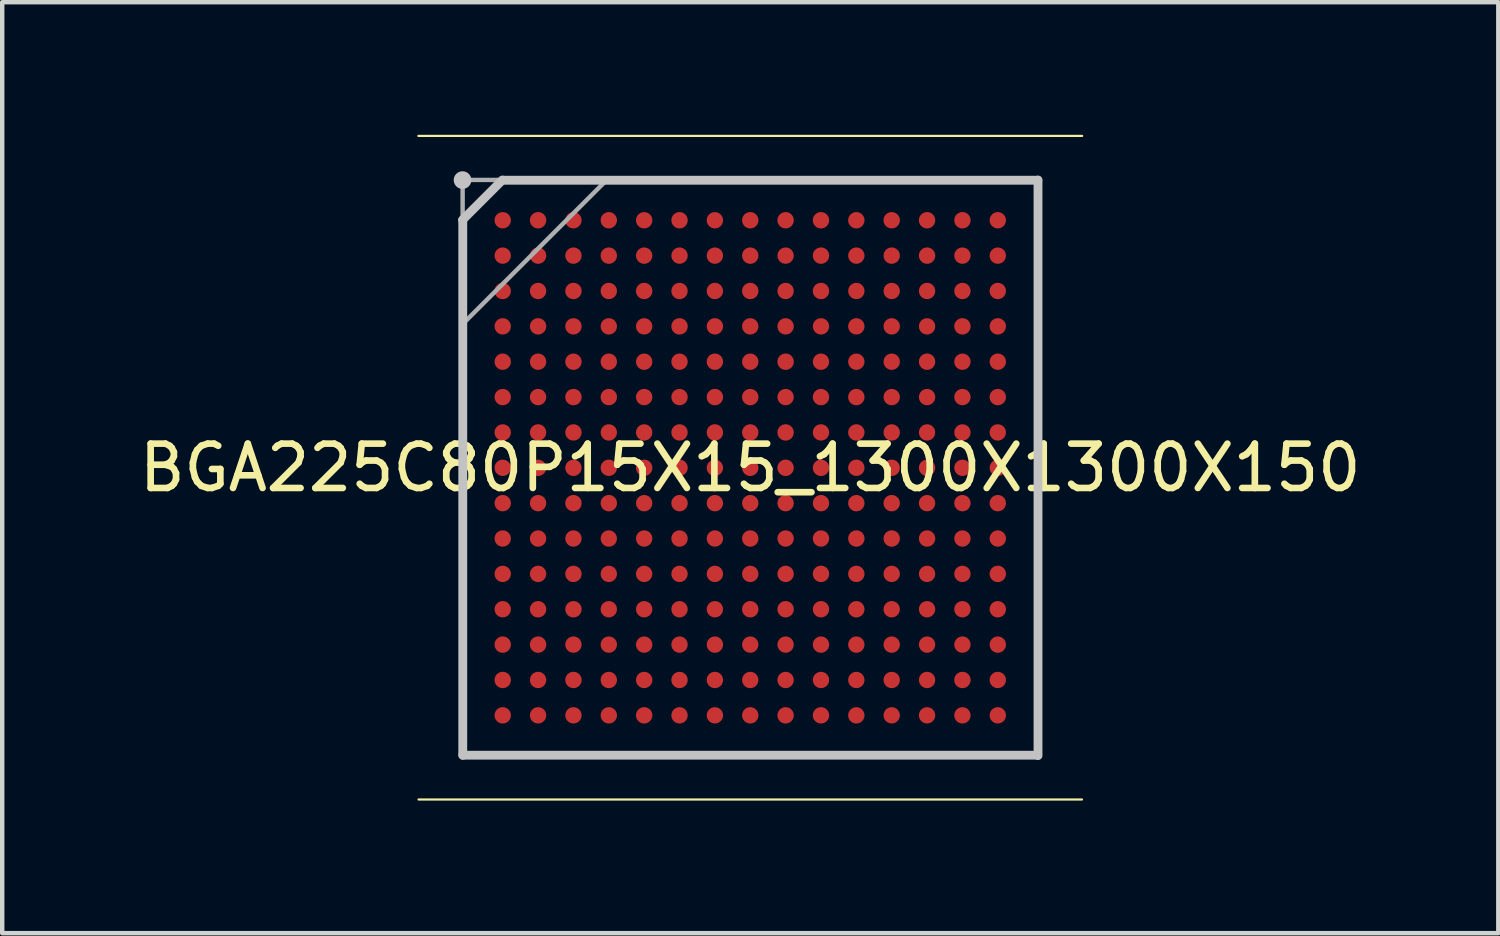
<source format=kicad_pcb>
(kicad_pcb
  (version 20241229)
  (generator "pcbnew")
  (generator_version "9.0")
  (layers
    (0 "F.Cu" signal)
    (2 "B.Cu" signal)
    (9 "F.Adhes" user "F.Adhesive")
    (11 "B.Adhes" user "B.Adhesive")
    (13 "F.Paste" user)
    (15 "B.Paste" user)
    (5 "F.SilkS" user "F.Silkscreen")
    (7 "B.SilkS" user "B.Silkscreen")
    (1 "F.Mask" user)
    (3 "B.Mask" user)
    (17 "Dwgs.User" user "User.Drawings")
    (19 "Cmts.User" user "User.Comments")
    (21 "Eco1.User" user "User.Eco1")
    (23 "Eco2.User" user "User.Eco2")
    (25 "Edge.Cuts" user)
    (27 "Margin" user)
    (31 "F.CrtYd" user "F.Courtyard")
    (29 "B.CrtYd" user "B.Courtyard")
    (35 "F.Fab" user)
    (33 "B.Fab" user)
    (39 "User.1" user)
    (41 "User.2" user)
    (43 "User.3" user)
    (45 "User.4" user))
  (footprint "BGA225C80P15X15_1300X1300X150"
    (layer "F.Cu")
    (at 13.923 7.533)
    (property "Reference" "BGA225C80P15X15_1300X1300X150" (at 0 0 0) (layer "F.SilkS") (effects (font (size 1.003 1.003) (thickness 0.15))))
    (attr smd)
    (fp_line (start -7.508 -7.508) (end 7.508 -7.508) (stroke (width 0.05) (type solid)) (layer "F.SilkS"))
    (fp_line (start 7.504 7.504) (end -7.504 7.504) (stroke (width 0.05) (type solid)) (layer "F.SilkS"))
    (fp_line (start -6.509 -5.608) (end -5.608 -6.509) (stroke (width 0.2) (type solid)) (layer "Dwgs.User"))
    (fp_line (start -6.504 6.504) (end -6.504 -5.604) (stroke (width 0.2) (type solid)) (layer "Dwgs.User"))
    (fp_line (start -5.605 -6.506) (end 6.506 -6.506) (stroke (width 0.2) (type solid)) (layer "Dwgs.User"))
    (fp_line (start 6.502 6.502) (end -6.502 6.502) (stroke (width 0.2) (type solid)) (layer "Dwgs.User"))
    (fp_line (start 6.51 -6.51) (end 6.51 6.51) (stroke (width 0.2) (type solid)) (layer "Dwgs.User"))
    (fp_circle (center -6.509 -6.509) (end -6.409 -6.509) (stroke (width 0.2) (type solid)) (fill no) (layer "Dwgs.User"))
    (fp_line (start -6.512 -6.512) (end 6.512 -6.512) (stroke (width 0.1) (type solid)) (layer "F.Fab"))
    (fp_line (start -6.507 6.507) (end -6.507 -6.507) (stroke (width 0.1) (type solid)) (layer "F.Fab"))
    (fp_line (start -6.506 -3.253) (end -3.253 -6.506) (stroke (width 0.1) (type solid)) (layer "F.Fab"))
    (fp_line (start 6.506 -6.506) (end 6.506 6.506) (stroke (width 0.1) (type solid)) (layer "F.Fab"))
    (fp_line (start 6.512 6.512) (end -6.512 6.512) (stroke (width 0.1) (type solid)) (layer "F.Fab"))
    (pad "A1" smd circle (at -5.6 -5.6) (size 0.37 0.37) (layers "F.Cu" "F.Mask" "F.Paste"))
    (pad "A2" smd circle (at -4.8 -5.6) (size 0.371 0.371) (layers "F.Cu" "F.Mask" "F.Paste"))
    (pad "A3" smd circle (at -4 -5.6) (size 0.37 0.37) (layers "F.Cu" "F.Mask" "F.Paste"))
    (pad "A4" smd circle (at -3.2 -5.6) (size 0.37 0.37) (layers "F.Cu" "F.Mask" "F.Paste"))
    (pad "A5" smd circle (at -2.4 -5.6) (size 0.37 0.37) (layers "F.Cu" "F.Mask" "F.Paste"))
    (pad "A6" smd circle (at -1.6 -5.6) (size 0.371 0.371) (layers "F.Cu" "F.Mask" "F.Paste"))
    (pad "A7" smd circle (at -0.8 -5.6) (size 0.37 0.37) (layers "F.Cu" "F.Mask" "F.Paste"))
    (pad "A8" smd circle (at 0 -5.6) (size 0.371 0.371) (layers "F.Cu" "F.Mask" "F.Paste"))
    (pad "A9" smd circle (at 0.8 -5.6) (size 0.371 0.371) (layers "F.Cu" "F.Mask" "F.Paste"))
    (pad "A10" smd circle (at 1.6 -5.6) (size 0.371 0.371) (layers "F.Cu" "F.Mask" "F.Paste"))
    (pad "A11" smd circle (at 2.4 -5.6) (size 0.371 0.371) (layers "F.Cu" "F.Mask" "F.Paste"))
    (pad "A12" smd circle (at 3.2 -5.6) (size 0.371 0.371) (layers "F.Cu" "F.Mask" "F.Paste"))
    (pad "A13" smd circle (at 4 -5.6) (size 0.371 0.371) (layers "F.Cu" "F.Mask" "F.Paste"))
    (pad "A14" smd circle (at 4.8 -5.6) (size 0.371 0.371) (layers "F.Cu" "F.Mask" "F.Paste"))
    (pad "A15" smd circle (at 5.6 -5.6) (size 0.37 0.37) (layers "F.Cu" "F.Mask" "F.Paste"))
    (pad "B1" smd circle (at -5.6 -4.8) (size 0.37 0.37) (layers "F.Cu" "F.Mask" "F.Paste"))
    (pad "B2" smd circle (at -4.8 -4.8) (size 0.37 0.37) (layers "F.Cu" "F.Mask" "F.Paste"))
    (pad "B3" smd circle (at -4 -4.8) (size 0.37 0.37) (layers "F.Cu" "F.Mask" "F.Paste"))
    (pad "B4" smd circle (at -3.2 -4.8) (size 0.371 0.371) (layers "F.Cu" "F.Mask" "F.Paste"))
    (pad "B5" smd circle (at -2.4 -4.8) (size 0.37 0.37) (layers "F.Cu" "F.Mask" "F.Paste"))
    (pad "B6" smd circle (at -1.6 -4.8) (size 0.37 0.37) (layers "F.Cu" "F.Mask" "F.Paste"))
    (pad "B7" smd circle (at -0.8 -4.8) (size 0.37 0.37) (layers "F.Cu" "F.Mask" "F.Paste"))
    (pad "B8" smd circle (at 0 -4.8) (size 0.371 0.371) (layers "F.Cu" "F.Mask" "F.Paste"))
    (pad "B9" smd circle (at 0.8 -4.8) (size 0.37 0.37) (layers "F.Cu" "F.Mask" "F.Paste"))
    (pad "B10" smd circle (at 1.6 -4.8) (size 0.371 0.371) (layers "F.Cu" "F.Mask" "F.Paste"))
    (pad "B11" smd circle (at 2.4 -4.8) (size 0.37 0.37) (layers "F.Cu" "F.Mask" "F.Paste"))
    (pad "B12" smd circle (at 3.2 -4.8) (size 0.37 0.37) (layers "F.Cu" "F.Mask" "F.Paste"))
    (pad "B13" smd circle (at 4 -4.8) (size 0.371 0.371) (layers "F.Cu" "F.Mask" "F.Paste"))
    (pad "B14" smd circle (at 4.8 -4.8) (size 0.37 0.37) (layers "F.Cu" "F.Mask" "F.Paste"))
    (pad "B15" smd circle (at 5.6 -4.8) (size 0.37 0.37) (layers "F.Cu" "F.Mask" "F.Paste"))
    (pad "C1" smd circle (at -5.6 -4) (size 0.371 0.371) (layers "F.Cu" "F.Mask" "F.Paste"))
    (pad "C2" smd circle (at -4.8 -4) (size 0.37 0.37) (layers "F.Cu" "F.Mask" "F.Paste"))
    (pad "C3" smd circle (at -4 -4) (size 0.371 0.371) (layers "F.Cu" "F.Mask" "F.Paste"))
    (pad "C4" smd circle (at -3.2 -4) (size 0.37 0.37) (layers "F.Cu" "F.Mask" "F.Paste"))
    (pad "C5" smd circle (at -2.4 -4) (size 0.371 0.371) (layers "F.Cu" "F.Mask" "F.Paste"))
    (pad "C6" smd circle (at -1.6 -4) (size 0.37 0.37) (layers "F.Cu" "F.Mask" "F.Paste"))
    (pad "C7" smd circle (at -0.8 -4) (size 0.37 0.37) (layers "F.Cu" "F.Mask" "F.Paste"))
    (pad "C8" smd circle (at 0 -4) (size 0.371 0.371) (layers "F.Cu" "F.Mask" "F.Paste"))
    (pad "C9" smd circle (at 0.8 -4) (size 0.37 0.37) (layers "F.Cu" "F.Mask" "F.Paste"))
    (pad "C10" smd circle (at 1.6 -4) (size 0.371 0.371) (layers "F.Cu" "F.Mask" "F.Paste"))
    (pad "C11" smd circle (at 2.4 -4) (size 0.37 0.37) (layers "F.Cu" "F.Mask" "F.Paste"))
    (pad "C12" smd circle (at 3.2 -4) (size 0.37 0.37) (layers "F.Cu" "F.Mask" "F.Paste"))
    (pad "C13" smd circle (at 4 -4) (size 0.37 0.37) (layers "F.Cu" "F.Mask" "F.Paste"))
    (pad "C14" smd circle (at 4.8 -4) (size 0.37 0.37) (layers "F.Cu" "F.Mask" "F.Paste"))
    (pad "C15" smd circle (at 5.6 -4) (size 0.37 0.37) (layers "F.Cu" "F.Mask" "F.Paste"))
    (pad "D1" smd circle (at -5.6 -3.2) (size 0.37 0.37) (layers "F.Cu" "F.Mask" "F.Paste"))
    (pad "D2" smd circle (at -4.8 -3.2) (size 0.37 0.37) (layers "F.Cu" "F.Mask" "F.Paste"))
    (pad "D3" smd circle (at -4 -3.2) (size 0.37 0.37) (layers "F.Cu" "F.Mask" "F.Paste"))
    (pad "D4" smd circle (at -3.2 -3.2) (size 0.37 0.37) (layers "F.Cu" "F.Mask" "F.Paste"))
    (pad "D5" smd circle (at -2.4 -3.2) (size 0.37 0.37) (layers "F.Cu" "F.Mask" "F.Paste"))
    (pad "D6" smd circle (at -1.6 -3.2) (size 0.371 0.371) (layers "F.Cu" "F.Mask" "F.Paste"))
    (pad "D7" smd circle (at -0.8 -3.2) (size 0.37 0.37) (layers "F.Cu" "F.Mask" "F.Paste"))
    (pad "D8" smd circle (at 0 -3.2) (size 0.37 0.37) (layers "F.Cu" "F.Mask" "F.Paste"))
    (pad "D9" smd circle (at 0.8 -3.2) (size 0.37 0.37) (layers "F.Cu" "F.Mask" "F.Paste"))
    (pad "D10" smd circle (at 1.6 -3.2) (size 0.37 0.37) (layers "F.Cu" "F.Mask" "F.Paste"))
    (pad "D11" smd circle (at 2.4 -3.2) (size 0.37 0.37) (layers "F.Cu" "F.Mask" "F.Paste"))
    (pad "D12" smd circle (at 3.2 -3.2) (size 0.371 0.371) (layers "F.Cu" "F.Mask" "F.Paste"))
    (pad "D13" smd circle (at 4 -3.2) (size 0.37 0.37) (layers "F.Cu" "F.Mask" "F.Paste"))
    (pad "D14" smd circle (at 4.8 -3.2) (size 0.371 0.371) (layers "F.Cu" "F.Mask" "F.Paste"))
    (pad "D15" smd circle (at 5.6 -3.2) (size 0.37 0.37) (layers "F.Cu" "F.Mask" "F.Paste"))
    (pad "E1" smd circle (at -5.6 -2.4) (size 0.37 0.37) (layers "F.Cu" "F.Mask" "F.Paste"))
    (pad "E2" smd circle (at -4.8 -2.4) (size 0.37 0.37) (layers "F.Cu" "F.Mask" "F.Paste"))
    (pad "E3" smd circle (at -4 -2.4) (size 0.37 0.37) (layers "F.Cu" "F.Mask" "F.Paste"))
    (pad "E4" smd circle (at -3.2 -2.4) (size 0.371 0.371) (layers "F.Cu" "F.Mask" "F.Paste"))
    (pad "E5" smd circle (at -2.4 -2.4) (size 0.37 0.37) (layers "F.Cu" "F.Mask" "F.Paste"))
    (pad "E6" smd circle (at -1.6 -2.4) (size 0.37 0.37) (layers "F.Cu" "F.Mask" "F.Paste"))
    (pad "E7" smd circle (at -0.8 -2.4) (size 0.37 0.37) (layers "F.Cu" "F.Mask" "F.Paste"))
    (pad "E8" smd circle (at 0 -2.4) (size 0.37 0.37) (layers "F.Cu" "F.Mask" "F.Paste"))
    (pad "E9" smd circle (at 0.8 -2.4) (size 0.371 0.371) (layers "F.Cu" "F.Mask" "F.Paste"))
    (pad "E10" smd circle (at 1.6 -2.4) (size 0.37 0.37) (layers "F.Cu" "F.Mask" "F.Paste"))
    (pad "E11" smd circle (at 2.4 -2.4) (size 0.37 0.37) (layers "F.Cu" "F.Mask" "F.Paste"))
    (pad "E12" smd circle (at 3.2 -2.4) (size 0.37 0.37) (layers "F.Cu" "F.Mask" "F.Paste"))
    (pad "E13" smd circle (at 4 -2.4) (size 0.371 0.371) (layers "F.Cu" "F.Mask" "F.Paste"))
    (pad "E14" smd circle (at 4.8 -2.4) (size 0.37 0.37) (layers "F.Cu" "F.Mask" "F.Paste"))
    (pad "E15" smd circle (at 5.6 -2.4) (size 0.37 0.37) (layers "F.Cu" "F.Mask" "F.Paste"))
    (pad "F1" smd circle (at -5.6 -1.6) (size 0.37 0.37) (layers "F.Cu" "F.Mask" "F.Paste"))
    (pad "F2" smd circle (at -4.8 -1.6) (size 0.37 0.37) (layers "F.Cu" "F.Mask" "F.Paste"))
    (pad "F3" smd circle (at -4 -1.6) (size 0.371 0.371) (layers "F.Cu" "F.Mask" "F.Paste"))
    (pad "F4" smd circle (at -3.2 -1.6) (size 0.371 0.371) (layers "F.Cu" "F.Mask" "F.Paste"))
    (pad "F5" smd circle (at -2.4 -1.6) (size 0.37 0.37) (layers "F.Cu" "F.Mask" "F.Paste"))
    (pad "F6" smd circle (at -1.6 -1.6) (size 0.37 0.37) (layers "F.Cu" "F.Mask" "F.Paste"))
    (pad "F7" smd circle (at -0.8 -1.6) (size 0.371 0.371) (layers "F.Cu" "F.Mask" "F.Paste"))
    (pad "F8" smd circle (at 0 -1.6) (size 0.371 0.371) (layers "F.Cu" "F.Mask" "F.Paste"))
    (pad "F9" smd circle (at 0.8 -1.6) (size 0.37 0.37) (layers "F.Cu" "F.Mask" "F.Paste"))
    (pad "F10" smd circle (at 1.6 -1.6) (size 0.37 0.37) (layers "F.Cu" "F.Mask" "F.Paste"))
    (pad "F11" smd circle (at 2.4 -1.6) (size 0.371 0.371) (layers "F.Cu" "F.Mask" "F.Paste"))
    (pad "F12" smd circle (at 3.2 -1.6) (size 0.37 0.37) (layers "F.Cu" "F.Mask" "F.Paste"))
    (pad "F13" smd circle (at 4 -1.6) (size 0.37 0.37) (layers "F.Cu" "F.Mask" "F.Paste"))
    (pad "F14" smd circle (at 4.8 -1.6) (size 0.37 0.37) (layers "F.Cu" "F.Mask" "F.Paste"))
    (pad "F15" smd circle (at 5.6 -1.6) (size 0.37 0.37) (layers "F.Cu" "F.Mask" "F.Paste"))
    (pad "G1" smd circle (at -5.6 -0.8) (size 0.371 0.371) (layers "F.Cu" "F.Mask" "F.Paste"))
    (pad "G2" smd circle (at -4.8 -0.8) (size 0.37 0.37) (layers "F.Cu" "F.Mask" "F.Paste"))
    (pad "G3" smd circle (at -4 -0.8) (size 0.37 0.37) (layers "F.Cu" "F.Mask" "F.Paste"))
    (pad "G4" smd circle (at -3.2 -0.8) (size 0.37 0.37) (layers "F.Cu" "F.Mask" "F.Paste"))
    (pad "G5" smd circle (at -2.4 -0.8) (size 0.37 0.37) (layers "F.Cu" "F.Mask" "F.Paste"))
    (pad "G6" smd circle (at -1.6 -0.8) (size 0.37 0.37) (layers "F.Cu" "F.Mask" "F.Paste"))
    (pad "G7" smd circle (at -0.8 -0.8) (size 0.371 0.371) (layers "F.Cu" "F.Mask" "F.Paste"))
    (pad "G8" smd circle (at 0 -0.8) (size 0.371 0.371) (layers "F.Cu" "F.Mask" "F.Paste"))
    (pad "G9" smd circle (at 0.8 -0.8) (size 0.371 0.371) (layers "F.Cu" "F.Mask" "F.Paste"))
    (pad "G10" smd circle (at 1.6 -0.8) (size 0.37 0.37) (layers "F.Cu" "F.Mask" "F.Paste"))
    (pad "G11" smd circle (at 2.4 -0.8) (size 0.371 0.371) (layers "F.Cu" "F.Mask" "F.Paste"))
    (pad "G12" smd circle (at 3.2 -0.8) (size 0.371 0.371) (layers "F.Cu" "F.Mask" "F.Paste"))
    (pad "G13" smd circle (at 4 -0.8) (size 0.37 0.37) (layers "F.Cu" "F.Mask" "F.Paste"))
    (pad "G14" smd circle (at 4.8 -0.8) (size 0.37 0.37) (layers "F.Cu" "F.Mask" "F.Paste"))
    (pad "G15" smd circle (at 5.6 -0.8) (size 0.37 0.37) (layers "F.Cu" "F.Mask" "F.Paste"))
    (pad "H1" smd circle (at -5.6 0) (size 0.37 0.37) (layers "F.Cu" "F.Mask" "F.Paste"))
    (pad "H2" smd circle (at -4.8 0) (size 0.37 0.37) (layers "F.Cu" "F.Mask" "F.Paste"))
    (pad "H3" smd circle (at -4 0) (size 0.37 0.37) (layers "F.Cu" "F.Mask" "F.Paste"))
    (pad "H4" smd circle (at -3.2 0) (size 0.37 0.37) (layers "F.Cu" "F.Mask" "F.Paste"))
    (pad "H5" smd circle (at -2.4 0) (size 0.371 0.371) (layers "F.Cu" "F.Mask" "F.Paste"))
    (pad "H6" smd circle (at -1.6 0) (size 0.371 0.371) (layers "F.Cu" "F.Mask" "F.Paste"))
    (pad "H7" smd circle (at -0.8 0) (size 0.37 0.37) (layers "F.Cu" "F.Mask" "F.Paste"))
    (pad "H8" smd circle (at 0 0) (size 0.37 0.37) (layers "F.Cu" "F.Mask" "F.Paste"))
    (pad "H9" smd circle (at 0.8 0) (size 0.371 0.371) (layers "F.Cu" "F.Mask" "F.Paste"))
    (pad "H10" smd circle (at 1.6 0) (size 0.371 0.371) (layers "F.Cu" "F.Mask" "F.Paste"))
    (pad "H11" smd circle (at 2.4 0) (size 0.37 0.37) (layers "F.Cu" "F.Mask" "F.Paste"))
    (pad "H12" smd circle (at 3.2 0) (size 0.371 0.371) (layers "F.Cu" "F.Mask" "F.Paste"))
    (pad "H13" smd circle (at 4 0) (size 0.37 0.37) (layers "F.Cu" "F.Mask" "F.Paste"))
    (pad "H14" smd circle (at 4.8 0) (size 0.37 0.37) (layers "F.Cu" "F.Mask" "F.Paste"))
    (pad "H15" smd circle (at 5.6 0) (size 0.37 0.37) (layers "F.Cu" "F.Mask" "F.Paste"))
    (pad "J1" smd circle (at -5.6 0.8) (size 0.37 0.37) (layers "F.Cu" "F.Mask" "F.Paste"))
    (pad "J2" smd circle (at -4.8 0.8) (size 0.37 0.37) (layers "F.Cu" "F.Mask" "F.Paste"))
    (pad "J3" smd circle (at -4 0.8) (size 0.371 0.371) (layers "F.Cu" "F.Mask" "F.Paste"))
    (pad "J4" smd circle (at -3.2 0.8) (size 0.371 0.371) (layers "F.Cu" "F.Mask" "F.Paste"))
    (pad "J5" smd circle (at -2.4 0.8) (size 0.37 0.37) (layers "F.Cu" "F.Mask" "F.Paste"))
    (pad "J6" smd circle (at -1.6 0.8) (size 0.371 0.371) (layers "F.Cu" "F.Mask" "F.Paste"))
    (pad "J7" smd circle (at -0.8 0.8) (size 0.37 0.37) (layers "F.Cu" "F.Mask" "F.Paste"))
    (pad "J8" smd circle (at 0 0.8) (size 0.37 0.37) (layers "F.Cu" "F.Mask" "F.Paste"))
    (pad "J9" smd circle (at 0.8 0.8) (size 0.37 0.37) (layers "F.Cu" "F.Mask" "F.Paste"))
    (pad "J10" smd circle (at 1.6 0.8) (size 0.37 0.37) (layers "F.Cu" "F.Mask" "F.Paste"))
    (pad "J11" smd circle (at 2.4 0.8) (size 0.37 0.37) (layers "F.Cu" "F.Mask" "F.Paste"))
    (pad "J12" smd circle (at 3.2 0.8) (size 0.371 0.371) (layers "F.Cu" "F.Mask" "F.Paste"))
    (pad "J13" smd circle (at 4 0.8) (size 0.37 0.37) (layers "F.Cu" "F.Mask" "F.Paste"))
    (pad "J14" smd circle (at 4.8 0.8) (size 0.37 0.37) (layers "F.Cu" "F.Mask" "F.Paste"))
    (pad "J15" smd circle (at 5.6 0.8) (size 0.371 0.371) (layers "F.Cu" "F.Mask" "F.Paste"))
    (pad "K1" smd circle (at -5.6 1.6) (size 0.37 0.37) (layers "F.Cu" "F.Mask" "F.Paste"))
    (pad "K2" smd circle (at -4.8 1.6) (size 0.37 0.37) (layers "F.Cu" "F.Mask" "F.Paste"))
    (pad "K3" smd circle (at -4 1.6) (size 0.37 0.37) (layers "F.Cu" "F.Mask" "F.Paste"))
    (pad "K4" smd circle (at -3.2 1.6) (size 0.37 0.37) (layers "F.Cu" "F.Mask" "F.Paste"))
    (pad "K5" smd circle (at -2.4 1.6) (size 0.37 0.37) (layers "F.Cu" "F.Mask" "F.Paste"))
    (pad "K6" smd circle (at -1.6 1.6) (size 0.371 0.371) (layers "F.Cu" "F.Mask" "F.Paste"))
    (pad "K7" smd circle (at -0.8 1.6) (size 0.37 0.37) (layers "F.Cu" "F.Mask" "F.Paste"))
    (pad "K8" smd circle (at 0 1.6) (size 0.371 0.371) (layers "F.Cu" "F.Mask" "F.Paste"))
    (pad "K9" smd circle (at 0.8 1.6) (size 0.37 0.37) (layers "F.Cu" "F.Mask" "F.Paste"))
    (pad "K10" smd circle (at 1.6 1.6) (size 0.37 0.37) (layers "F.Cu" "F.Mask" "F.Paste"))
    (pad "K11" smd circle (at 2.4 1.6) (size 0.371 0.371) (layers "F.Cu" "F.Mask" "F.Paste"))
    (pad "K12" smd circle (at 3.2 1.6) (size 0.371 0.371) (layers "F.Cu" "F.Mask" "F.Paste"))
    (pad "K13" smd circle (at 4 1.6) (size 0.371 0.371) (layers "F.Cu" "F.Mask" "F.Paste"))
    (pad "K14" smd circle (at 4.8 1.6) (size 0.37 0.37) (layers "F.Cu" "F.Mask" "F.Paste"))
    (pad "K15" smd circle (at 5.6 1.6) (size 0.37 0.37) (layers "F.Cu" "F.Mask" "F.Paste"))
    (pad "L1" smd circle (at -5.6 2.4) (size 0.37 0.37) (layers "F.Cu" "F.Mask" "F.Paste"))
    (pad "L2" smd circle (at -4.8 2.4) (size 0.37 0.37) (layers "F.Cu" "F.Mask" "F.Paste"))
    (pad "L3" smd circle (at -4 2.4) (size 0.371 0.371) (layers "F.Cu" "F.Mask" "F.Paste"))
    (pad "L4" smd circle (at -3.2 2.4) (size 0.37 0.37) (layers "F.Cu" "F.Mask" "F.Paste"))
    (pad "L5" smd circle (at -2.4 2.4) (size 0.37 0.37) (layers "F.Cu" "F.Mask" "F.Paste"))
    (pad "L6" smd circle (at -1.6 2.4) (size 0.37 0.37) (layers "F.Cu" "F.Mask" "F.Paste"))
    (pad "L7" smd circle (at -0.8 2.4) (size 0.37 0.37) (layers "F.Cu" "F.Mask" "F.Paste"))
    (pad "L8" smd circle (at 0 2.4) (size 0.37 0.37) (layers "F.Cu" "F.Mask" "F.Paste"))
    (pad "L9" smd circle (at 0.8 2.4) (size 0.37 0.37) (layers "F.Cu" "F.Mask" "F.Paste"))
    (pad "L10" smd circle (at 1.6 2.4) (size 0.371 0.371) (layers "F.Cu" "F.Mask" "F.Paste"))
    (pad "L11" smd circle (at 2.4 2.4) (size 0.37 0.37) (layers "F.Cu" "F.Mask" "F.Paste"))
    (pad "L12" smd circle (at 3.2 2.4) (size 0.37 0.37) (layers "F.Cu" "F.Mask" "F.Paste"))
    (pad "L13" smd circle (at 4 2.4) (size 0.37 0.37) (layers "F.Cu" "F.Mask" "F.Paste"))
    (pad "L14" smd circle (at 4.8 2.4) (size 0.37 0.37) (layers "F.Cu" "F.Mask" "F.Paste"))
    (pad "L15" smd circle (at 5.6 2.4) (size 0.371 0.371) (layers "F.Cu" "F.Mask" "F.Paste"))
    (pad "M1" smd circle (at -5.6 3.2) (size 0.37 0.37) (layers "F.Cu" "F.Mask" "F.Paste"))
    (pad "M2" smd circle (at -4.8 3.2) (size 0.371 0.371) (layers "F.Cu" "F.Mask" "F.Paste"))
    (pad "M3" smd circle (at -4 3.2) (size 0.371 0.371) (layers "F.Cu" "F.Mask" "F.Paste"))
    (pad "M4" smd circle (at -3.2 3.2) (size 0.37 0.37) (layers "F.Cu" "F.Mask" "F.Paste"))
    (pad "M5" smd circle (at -2.4 3.2) (size 0.37 0.37) (layers "F.Cu" "F.Mask" "F.Paste"))
    (pad "M6" smd circle (at -1.6 3.2) (size 0.37 0.37) (layers "F.Cu" "F.Mask" "F.Paste"))
    (pad "M7" smd circle (at -0.8 3.2) (size 0.37 0.37) (layers "F.Cu" "F.Mask" "F.Paste"))
    (pad "M8" smd circle (at 0 3.2) (size 0.371 0.371) (layers "F.Cu" "F.Mask" "F.Paste"))
    (pad "M9" smd circle (at 0.8 3.2) (size 0.371 0.371) (layers "F.Cu" "F.Mask" "F.Paste"))
    (pad "M10" smd circle (at 1.6 3.2) (size 0.37 0.37) (layers "F.Cu" "F.Mask" "F.Paste"))
    (pad "M11" smd circle (at 2.4 3.2) (size 0.37 0.37) (layers "F.Cu" "F.Mask" "F.Paste"))
    (pad "M12" smd circle (at 3.2 3.2) (size 0.37 0.37) (layers "F.Cu" "F.Mask" "F.Paste"))
    (pad "M13" smd circle (at 4 3.2) (size 0.37 0.37) (layers "F.Cu" "F.Mask" "F.Paste"))
    (pad "M14" smd circle (at 4.8 3.2) (size 0.37 0.37) (layers "F.Cu" "F.Mask" "F.Paste"))
    (pad "M15" smd circle (at 5.6 3.2) (size 0.371 0.371) (layers "F.Cu" "F.Mask" "F.Paste"))
    (pad "N1" smd circle (at -5.6 4) (size 0.371 0.371) (layers "F.Cu" "F.Mask" "F.Paste"))
    (pad "N2" smd circle (at -4.8 4) (size 0.371 0.371) (layers "F.Cu" "F.Mask" "F.Paste"))
    (pad "N3" smd circle (at -4 4) (size 0.37 0.37) (layers "F.Cu" "F.Mask" "F.Paste"))
    (pad "N4" smd circle (at -3.2 4) (size 0.37 0.37) (layers "F.Cu" "F.Mask" "F.Paste"))
    (pad "N5" smd circle (at -2.4 4) (size 0.37 0.37) (layers "F.Cu" "F.Mask" "F.Paste"))
    (pad "N6" smd circle (at -1.6 4) (size 0.37 0.37) (layers "F.Cu" "F.Mask" "F.Paste"))
    (pad "N7" smd circle (at -0.8 4) (size 0.37 0.37) (layers "F.Cu" "F.Mask" "F.Paste"))
    (pad "N8" smd circle (at 0 4) (size 0.37 0.37) (layers "F.Cu" "F.Mask" "F.Paste"))
    (pad "N9" smd circle (at 0.8 4) (size 0.37 0.37) (layers "F.Cu" "F.Mask" "F.Paste"))
    (pad "N10" smd circle (at 1.6 4) (size 0.37 0.37) (layers "F.Cu" "F.Mask" "F.Paste"))
    (pad "N11" smd circle (at 2.4 4) (size 0.37 0.37) (layers "F.Cu" "F.Mask" "F.Paste"))
    (pad "N12" smd circle (at 3.2 4) (size 0.371 0.371) (layers "F.Cu" "F.Mask" "F.Paste"))
    (pad "N13" smd circle (at 4 4) (size 0.37 0.37) (layers "F.Cu" "F.Mask" "F.Paste"))
    (pad "N14" smd circle (at 4.8 4) (size 0.37 0.37) (layers "F.Cu" "F.Mask" "F.Paste"))
    (pad "N15" smd circle (at 5.6 4) (size 0.37 0.37) (layers "F.Cu" "F.Mask" "F.Paste"))
    (pad "P1" smd circle (at -5.6 4.8) (size 0.371 0.371) (layers "F.Cu" "F.Mask" "F.Paste"))
    (pad "P2" smd circle (at -4.8 4.8) (size 0.37 0.37) (layers "F.Cu" "F.Mask" "F.Paste"))
    (pad "P3" smd circle (at -4 4.8) (size 0.371 0.371) (layers "F.Cu" "F.Mask" "F.Paste"))
    (pad "P4" smd circle (at -3.2 4.8) (size 0.371 0.371) (layers "F.Cu" "F.Mask" "F.Paste"))
    (pad "P5" smd circle (at -2.4 4.8) (size 0.37 0.37) (layers "F.Cu" "F.Mask" "F.Paste"))
    (pad "P6" smd circle (at -1.6 4.8) (size 0.37 0.37) (layers "F.Cu" "F.Mask" "F.Paste"))
    (pad "P7" smd circle (at -0.8 4.8) (size 0.371 0.371) (layers "F.Cu" "F.Mask" "F.Paste"))
    (pad "P8" smd circle (at 0 4.8) (size 0.37 0.37) (layers "F.Cu" "F.Mask" "F.Paste"))
    (pad "P9" smd circle (at 0.8 4.8) (size 0.37 0.37) (layers "F.Cu" "F.Mask" "F.Paste"))
    (pad "P10" smd circle (at 1.6 4.8) (size 0.37 0.37) (layers "F.Cu" "F.Mask" "F.Paste"))
    (pad "P11" smd circle (at 2.4 4.8) (size 0.37 0.37) (layers "F.Cu" "F.Mask" "F.Paste"))
    (pad "P12" smd circle (at 3.2 4.8) (size 0.37 0.37) (layers "F.Cu" "F.Mask" "F.Paste"))
    (pad "P13" smd circle (at 4 4.8) (size 0.37 0.37) (layers "F.Cu" "F.Mask" "F.Paste"))
    (pad "P14" smd circle (at 4.8 4.8) (size 0.371 0.371) (layers "F.Cu" "F.Mask" "F.Paste"))
    (pad "P15" smd circle (at 5.6 4.8) (size 0.37 0.37) (layers "F.Cu" "F.Mask" "F.Paste"))
    (pad "R1" smd circle (at -5.6 5.6) (size 0.371 0.371) (layers "F.Cu" "F.Mask" "F.Paste"))
    (pad "R2" smd circle (at -4.8 5.6) (size 0.37 0.37) (layers "F.Cu" "F.Mask" "F.Paste"))
    (pad "R3" smd circle (at -4 5.6) (size 0.37 0.37) (layers "F.Cu" "F.Mask" "F.Paste"))
    (pad "R4" smd circle (at -3.2 5.6) (size 0.37 0.37) (layers "F.Cu" "F.Mask" "F.Paste"))
    (pad "R5" smd circle (at -2.4 5.6) (size 0.371 0.371) (layers "F.Cu" "F.Mask" "F.Paste"))
    (pad "R6" smd circle (at -1.6 5.6) (size 0.37 0.37) (layers "F.Cu" "F.Mask" "F.Paste"))
    (pad "R7" smd circle (at -0.8 5.6) (size 0.37 0.37) (layers "F.Cu" "F.Mask" "F.Paste"))
    (pad "R8" smd circle (at 0 5.6) (size 0.371 0.371) (layers "F.Cu" "F.Mask" "F.Paste"))
    (pad "R9" smd circle (at 0.8 5.6) (size 0.371 0.371) (layers "F.Cu" "F.Mask" "F.Paste"))
    (pad "R10" smd circle (at 1.6 5.6) (size 0.371 0.371) (layers "F.Cu" "F.Mask" "F.Paste"))
    (pad "R11" smd circle (at 2.4 5.6) (size 0.37 0.37) (layers "F.Cu" "F.Mask" "F.Paste"))
    (pad "R12" smd circle (at 3.2 5.6) (size 0.37 0.37) (layers "F.Cu" "F.Mask" "F.Paste"))
    (pad "R13" smd circle (at 4 5.6) (size 0.37 0.37) (layers "F.Cu" "F.Mask" "F.Paste"))
    (pad "R14" smd circle (at 4.8 5.6) (size 0.37 0.37) (layers "F.Cu" "F.Mask" "F.Paste"))
    (pad "R15" smd circle (at 5.6 5.6) (size 0.37 0.37) (layers "F.Cu" "F.Mask" "F.Paste")))
  (gr_rect
    (start -3 -3)
    (end 30.846 18.061)
    (stroke (width 0.1) (type default))
    (fill no)
    (layer "Edge.Cuts")))
</source>
